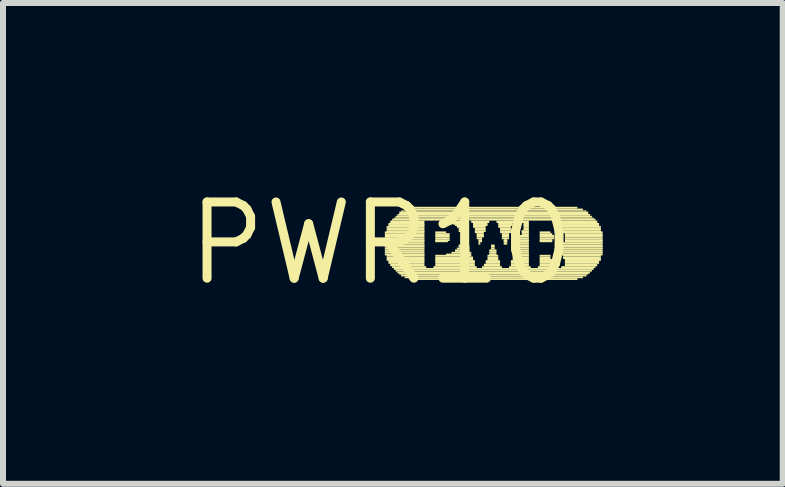
<source format=kicad_pcb>
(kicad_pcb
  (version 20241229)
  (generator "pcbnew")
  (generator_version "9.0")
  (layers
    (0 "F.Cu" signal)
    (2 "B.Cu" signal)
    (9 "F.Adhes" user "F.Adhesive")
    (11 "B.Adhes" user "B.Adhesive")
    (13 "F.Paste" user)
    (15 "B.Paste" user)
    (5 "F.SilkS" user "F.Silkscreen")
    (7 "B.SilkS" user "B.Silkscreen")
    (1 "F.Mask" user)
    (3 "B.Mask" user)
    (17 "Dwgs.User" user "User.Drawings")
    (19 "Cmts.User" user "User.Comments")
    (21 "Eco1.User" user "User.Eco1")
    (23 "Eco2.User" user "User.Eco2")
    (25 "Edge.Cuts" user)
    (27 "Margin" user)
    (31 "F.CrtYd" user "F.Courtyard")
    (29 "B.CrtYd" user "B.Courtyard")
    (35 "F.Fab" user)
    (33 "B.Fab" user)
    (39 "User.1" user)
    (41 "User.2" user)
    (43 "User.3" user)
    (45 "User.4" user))
  (footprint "PWR10"
    (layer "F.Cu")
    (at 3.303 1.006)
    (property "Reference" "PWR10" (at 0 0 0) (layer "F.SilkS") (effects (font (size 1.27 1.27) (thickness 0.15))))
    (attr through_hole)
    (fp_poly (pts (xy 0.06 -0.17) (xy 0.72 -0.17) (xy 0.72 -0.2) (xy 0.06 -0.2)) (stroke (width 0) (type solid)) (fill yes) (layer "F.SilkS"))
    (fp_poly (pts (xy 0.06 -0.14) (xy 0.72 -0.14) (xy 0.72 -0.17) (xy 0.06 -0.17)) (stroke (width 0) (type solid)) (fill yes) (layer "F.SilkS"))
    (fp_poly (pts (xy 0.06 -0.1) (xy 0.72 -0.1) (xy 0.72 -0.14) (xy 0.06 -0.14)) (stroke (width 0) (type solid)) (fill yes) (layer "F.SilkS"))
    (fp_poly (pts (xy 0.06 -0.07) (xy 0.72 -0.07) (xy 0.72 -0.1) (xy 0.06 -0.1)) (stroke (width 0) (type solid)) (fill yes) (layer "F.SilkS"))
    (fp_poly (pts (xy 0.06 -0.04) (xy 0.72 -0.04) (xy 0.72 -0.07) (xy 0.06 -0.07)) (stroke (width 0) (type solid)) (fill yes) (layer "F.SilkS"))
    (fp_poly (pts (xy 0.06 -0.02) (xy 0.72 -0.02) (xy 0.72 -0.05) (xy 0.06 -0.05)) (stroke (width 0) (type solid)) (fill yes) (layer "F.SilkS"))
    (fp_poly (pts (xy 0.06 0.02) (xy 0.72 0.02) (xy 0.72 -0.02) (xy 0.06 -0.02)) (stroke (width 0) (type solid)) (fill yes) (layer "F.SilkS"))
    (fp_poly (pts (xy 0.06 0.05) (xy 0.72 0.05) (xy 0.72 0.02) (xy 0.06 0.02)) (stroke (width 0) (type solid)) (fill yes) (layer "F.SilkS"))
    (fp_poly (pts (xy 0.06 0.07) (xy 0.72 0.07) (xy 0.72 0.04) (xy 0.06 0.04)) (stroke (width 0) (type solid)) (fill yes) (layer "F.SilkS"))
    (fp_poly (pts (xy 0.06 0.1) (xy 0.72 0.1) (xy 0.72 0.07) (xy 0.06 0.07)) (stroke (width 0) (type solid)) (fill yes) (layer "F.SilkS"))
    (fp_poly (pts (xy 0.06 0.14) (xy 0.72 0.14) (xy 0.72 0.1) (xy 0.06 0.1)) (stroke (width 0) (type solid)) (fill yes) (layer "F.SilkS"))
    (fp_poly (pts (xy 0.06 0.17) (xy 0.72 0.17) (xy 0.72 0.14) (xy 0.06 0.14)) (stroke (width 0) (type solid)) (fill yes) (layer "F.SilkS"))
    (fp_poly (pts (xy 0.06 0.2) (xy 0.72 0.2) (xy 0.72 0.17) (xy 0.06 0.17)) (stroke (width 0) (type solid)) (fill yes) (layer "F.SilkS"))
    (fp_poly (pts (xy 0.09 -0.26) (xy 0.72 -0.26) (xy 0.72 -0.29) (xy 0.09 -0.29)) (stroke (width 0) (type solid)) (fill yes) (layer "F.SilkS"))
    (fp_poly (pts (xy 0.09 -0.22) (xy 0.72 -0.22) (xy 0.72 -0.26) (xy 0.09 -0.26)) (stroke (width 0) (type solid)) (fill yes) (layer "F.SilkS"))
    (fp_poly (pts (xy 0.09 -0.19) (xy 0.72 -0.19) (xy 0.72 -0.22) (xy 0.09 -0.22)) (stroke (width 0) (type solid)) (fill yes) (layer "F.SilkS"))
    (fp_poly (pts (xy 0.09 0.22) (xy 0.72 0.22) (xy 0.72 0.19) (xy 0.09 0.19)) (stroke (width 0) (type solid)) (fill yes) (layer "F.SilkS"))
    (fp_poly (pts (xy 0.09 0.26) (xy 0.72 0.26) (xy 0.72 0.22) (xy 0.09 0.22)) (stroke (width 0) (type solid)) (fill yes) (layer "F.SilkS"))
    (fp_poly (pts (xy 0.09 0.29) (xy 0.72 0.29) (xy 0.72 0.26) (xy 0.09 0.26)) (stroke (width 0) (type solid)) (fill yes) (layer "F.SilkS"))
    (fp_poly (pts (xy 0.12 -0.31) (xy 0.72 -0.31) (xy 0.72 -0.34) (xy 0.12 -0.34)) (stroke (width 0) (type solid)) (fill yes) (layer "F.SilkS"))
    (fp_poly (pts (xy 0.12 -0.29) (xy 0.72 -0.29) (xy 0.72 -0.32) (xy 0.12 -0.32)) (stroke (width 0) (type solid)) (fill yes) (layer "F.SilkS"))
    (fp_poly (pts (xy 0.12 0.31) (xy 0.72 0.31) (xy 0.72 0.28) (xy 0.12 0.28)) (stroke (width 0) (type solid)) (fill yes) (layer "F.SilkS"))
    (fp_poly (pts (xy 0.12 0.34) (xy 0.72 0.34) (xy 0.72 0.31) (xy 0.12 0.31)) (stroke (width 0) (type solid)) (fill yes) (layer "F.SilkS"))
    (fp_poly (pts (xy 0.15 -0.34) (xy 0.72 -0.34) (xy 0.72 -0.38) (xy 0.15 -0.38)) (stroke (width 0) (type solid)) (fill yes) (layer "F.SilkS"))
    (fp_poly (pts (xy 0.15 0.38) (xy 0.72 0.38) (xy 0.72 0.34) (xy 0.15 0.34)) (stroke (width 0) (type solid)) (fill yes) (layer "F.SilkS"))
    (fp_poly (pts (xy 0.18 -0.38) (xy 1.44 -0.38) (xy 1.44 -0.41) (xy 0.18 -0.41)) (stroke (width 0) (type solid)) (fill yes) (layer "F.SilkS"))
    (fp_poly (pts (xy 0.18 0.41) (xy 0.75 0.41) (xy 0.75 0.38) (xy 0.18 0.38)) (stroke (width 0) (type solid)) (fill yes) (layer "F.SilkS"))
    (fp_poly (pts (xy 0.21 -0.41) (xy 3.54 -0.41) (xy 3.54 -0.43) (xy 0.21 -0.43)) (stroke (width 0) (type solid)) (fill yes) (layer "F.SilkS"))
    (fp_poly (pts (xy 0.21 0.44) (xy 3.54 0.44) (xy 3.54 0.41) (xy 0.21 0.41)) (stroke (width 0) (type solid)) (fill yes) (layer "F.SilkS"))
    (fp_poly (pts (xy 0.24 -0.43) (xy 3.51 -0.43) (xy 3.51 -0.46) (xy 0.24 -0.46)) (stroke (width 0) (type solid)) (fill yes) (layer "F.SilkS"))
    (fp_poly (pts (xy 0.24 0.47) (xy 3.51 0.47) (xy 3.51 0.44) (xy 0.24 0.44)) (stroke (width 0) (type solid)) (fill yes) (layer "F.SilkS"))
    (fp_poly (pts (xy 0.27 -0.46) (xy 3.48 -0.46) (xy 3.48 -0.49) (xy 0.27 -0.49)) (stroke (width 0) (type solid)) (fill yes) (layer "F.SilkS"))
    (fp_poly (pts (xy 0.27 0.5) (xy 3.48 0.5) (xy 3.48 0.47) (xy 0.27 0.47)) (stroke (width 0) (type solid)) (fill yes) (layer "F.SilkS"))
    (fp_poly (pts (xy 0.3 -0.49) (xy 3.45 -0.49) (xy 3.45 -0.53) (xy 0.3 -0.53)) (stroke (width 0) (type solid)) (fill yes) (layer "F.SilkS"))
    (fp_poly (pts (xy 0.3 0.52) (xy 3.45 0.52) (xy 3.45 0.49) (xy 0.3 0.49)) (stroke (width 0) (type solid)) (fill yes) (layer "F.SilkS"))
    (fp_poly (pts (xy 0.33 -0.53) (xy 3.42 -0.53) (xy 3.42 -0.55) (xy 0.33 -0.55)) (stroke (width 0) (type solid)) (fill yes) (layer "F.SilkS"))
    (fp_poly (pts (xy 0.33 0.55) (xy 3.42 0.55) (xy 3.42 0.52) (xy 0.33 0.52)) (stroke (width 0) (type solid)) (fill yes) (layer "F.SilkS"))
    (fp_poly (pts (xy 0.39 -0.55) (xy 3.36 -0.55) (xy 3.36 -0.58) (xy 0.39 -0.58)) (stroke (width 0) (type solid)) (fill yes) (layer "F.SilkS"))
    (fp_poly (pts (xy 0.39 0.58) (xy 3.36 0.58) (xy 3.36 0.55) (xy 0.39 0.55)) (stroke (width 0) (type solid)) (fill yes) (layer "F.SilkS"))
    (fp_poly (pts (xy 0.48 -0.58) (xy 3.27 -0.58) (xy 3.27 -0.61) (xy 0.48 -0.61)) (stroke (width 0) (type solid)) (fill yes) (layer "F.SilkS"))
    (fp_poly (pts (xy 0.48 0.61) (xy 3.27 0.61) (xy 3.27 0.58) (xy 0.48 0.58)) (stroke (width 0) (type solid)) (fill yes) (layer "F.SilkS"))
    (fp_poly (pts (xy 0.87 0.41) (xy 1.59 0.41) (xy 1.59 0.38) (xy 0.87 0.38)) (stroke (width 0) (type solid)) (fill yes) (layer "F.SilkS"))
    (fp_poly (pts (xy 0.9 -0.17) (xy 1.08 -0.17) (xy 1.08 -0.2) (xy 0.9 -0.2)) (stroke (width 0) (type solid)) (fill yes) (layer "F.SilkS"))
    (fp_poly (pts (xy 0.9 -0.14) (xy 1.14 -0.14) (xy 1.14 -0.17) (xy 0.9 -0.17)) (stroke (width 0) (type solid)) (fill yes) (layer "F.SilkS"))
    (fp_poly (pts (xy 0.9 -0.1) (xy 1.14 -0.1) (xy 1.14 -0.14) (xy 0.9 -0.14)) (stroke (width 0) (type solid)) (fill yes) (layer "F.SilkS"))
    (fp_poly (pts (xy 0.9 -0.07) (xy 1.14 -0.07) (xy 1.14 -0.1) (xy 0.9 -0.1)) (stroke (width 0) (type solid)) (fill yes) (layer "F.SilkS"))
    (fp_poly (pts (xy 0.9 -0.04) (xy 1.14 -0.04) (xy 1.14 -0.07) (xy 0.9 -0.07)) (stroke (width 0) (type solid)) (fill yes) (layer "F.SilkS"))
    (fp_poly (pts (xy 0.9 -0.02) (xy 1.11 -0.02) (xy 1.11 -0.05) (xy 0.9 -0.05)) (stroke (width 0) (type solid)) (fill yes) (layer "F.SilkS"))
    (fp_poly (pts (xy 0.9 0.22) (xy 1.5 0.22) (xy 1.5 0.19) (xy 0.9 0.19)) (stroke (width 0) (type solid)) (fill yes) (layer "F.SilkS"))
    (fp_poly (pts (xy 0.9 0.26) (xy 1.53 0.26) (xy 1.53 0.22) (xy 0.9 0.22)) (stroke (width 0) (type solid)) (fill yes) (layer "F.SilkS"))
    (fp_poly (pts (xy 0.9 0.29) (xy 1.53 0.29) (xy 1.53 0.26) (xy 0.9 0.26)) (stroke (width 0) (type solid)) (fill yes) (layer "F.SilkS"))
    (fp_poly (pts (xy 0.9 0.31) (xy 1.56 0.31) (xy 1.56 0.28) (xy 0.9 0.28)) (stroke (width 0) (type solid)) (fill yes) (layer "F.SilkS"))
    (fp_poly (pts (xy 0.9 0.34) (xy 1.56 0.34) (xy 1.56 0.31) (xy 0.9 0.31)) (stroke (width 0) (type solid)) (fill yes) (layer "F.SilkS"))
    (fp_poly (pts (xy 0.9 0.38) (xy 1.56 0.38) (xy 1.56 0.34) (xy 0.9 0.34)) (stroke (width 0) (type solid)) (fill yes) (layer "F.SilkS"))
    (fp_poly (pts (xy 1.08 0.2) (xy 1.5 0.2) (xy 1.5 0.17) (xy 1.08 0.17)) (stroke (width 0) (type solid)) (fill yes) (layer "F.SilkS"))
    (fp_poly (pts (xy 1.14 -0.34) (xy 1.38 -0.34) (xy 1.38 -0.38) (xy 1.14 -0.38)) (stroke (width 0) (type solid)) (fill yes) (layer "F.SilkS"))
    (fp_poly (pts (xy 1.17 0.17) (xy 1.5 0.17) (xy 1.5 0.14) (xy 1.17 0.14)) (stroke (width 0) (type solid)) (fill yes) (layer "F.SilkS"))
    (fp_poly (pts (xy 1.2 -0.31) (xy 1.35 -0.31) (xy 1.35 -0.34) (xy 1.2 -0.34)) (stroke (width 0) (type solid)) (fill yes) (layer "F.SilkS"))
    (fp_poly (pts (xy 1.23 -0.29) (xy 1.35 -0.29) (xy 1.35 -0.32) (xy 1.23 -0.32)) (stroke (width 0) (type solid)) (fill yes) (layer "F.SilkS"))
    (fp_poly (pts (xy 1.23 0.14) (xy 1.47 0.14) (xy 1.47 0.1) (xy 1.23 0.1)) (stroke (width 0) (type solid)) (fill yes) (layer "F.SilkS"))
    (fp_poly (pts (xy 1.26 -0.26) (xy 1.35 -0.26) (xy 1.35 -0.29) (xy 1.26 -0.29)) (stroke (width 0) (type solid)) (fill yes) (layer "F.SilkS"))
    (fp_poly (pts (xy 1.26 0.1) (xy 1.47 0.1) (xy 1.47 0.07) (xy 1.26 0.07)) (stroke (width 0) (type solid)) (fill yes) (layer "F.SilkS"))
    (fp_poly (pts (xy 1.29 -0.22) (xy 1.35 -0.22) (xy 1.35 -0.26) (xy 1.29 -0.26)) (stroke (width 0) (type solid)) (fill yes) (layer "F.SilkS"))
    (fp_poly (pts (xy 1.29 -0.19) (xy 1.38 -0.19) (xy 1.38 -0.22) (xy 1.29 -0.22)) (stroke (width 0) (type solid)) (fill yes) (layer "F.SilkS"))
    (fp_poly (pts (xy 1.29 0.05) (xy 1.44 0.05) (xy 1.44 0.02) (xy 1.29 0.02)) (stroke (width 0) (type solid)) (fill yes) (layer "F.SilkS"))
    (fp_poly (pts (xy 1.29 0.07) (xy 1.47 0.07) (xy 1.47 0.04) (xy 1.29 0.04)) (stroke (width 0) (type solid)) (fill yes) (layer "F.SilkS"))
    (fp_poly (pts (xy 1.32 -0.17) (xy 1.38 -0.17) (xy 1.38 -0.2) (xy 1.32 -0.2)) (stroke (width 0) (type solid)) (fill yes) (layer "F.SilkS"))
    (fp_poly (pts (xy 1.32 -0.14) (xy 1.38 -0.14) (xy 1.38 -0.17) (xy 1.32 -0.17)) (stroke (width 0) (type solid)) (fill yes) (layer "F.SilkS"))
    (fp_poly (pts (xy 1.32 -0.1) (xy 1.41 -0.1) (xy 1.41 -0.14) (xy 1.32 -0.14)) (stroke (width 0) (type solid)) (fill yes) (layer "F.SilkS"))
    (fp_poly (pts (xy 1.32 -0.07) (xy 1.41 -0.07) (xy 1.41 -0.1) (xy 1.32 -0.1)) (stroke (width 0) (type solid)) (fill yes) (layer "F.SilkS"))
    (fp_poly (pts (xy 1.32 -0.04) (xy 1.41 -0.04) (xy 1.41 -0.07) (xy 1.32 -0.07)) (stroke (width 0) (type solid)) (fill yes) (layer "F.SilkS"))
    (fp_poly (pts (xy 1.32 -0.02) (xy 1.44 -0.02) (xy 1.44 -0.05) (xy 1.32 -0.05)) (stroke (width 0) (type solid)) (fill yes) (layer "F.SilkS"))
    (fp_poly (pts (xy 1.32 0.02) (xy 1.44 0.02) (xy 1.44 -0.02) (xy 1.32 -0.02)) (stroke (width 0) (type solid)) (fill yes) (layer "F.SilkS"))
    (fp_poly (pts (xy 1.47 -0.38) (xy 2.25 -0.38) (xy 2.25 -0.41) (xy 1.47 -0.41)) (stroke (width 0) (type solid)) (fill yes) (layer "F.SilkS"))
    (fp_poly (pts (xy 1.5 -0.34) (xy 1.8 -0.34) (xy 1.8 -0.38) (xy 1.5 -0.38)) (stroke (width 0) (type solid)) (fill yes) (layer "F.SilkS"))
    (fp_poly (pts (xy 1.53 -0.31) (xy 1.77 -0.31) (xy 1.77 -0.34) (xy 1.53 -0.34)) (stroke (width 0) (type solid)) (fill yes) (layer "F.SilkS"))
    (fp_poly (pts (xy 1.53 -0.29) (xy 1.77 -0.29) (xy 1.77 -0.32) (xy 1.53 -0.32)) (stroke (width 0) (type solid)) (fill yes) (layer "F.SilkS"))
    (fp_poly (pts (xy 1.53 -0.26) (xy 1.74 -0.26) (xy 1.74 -0.29) (xy 1.53 -0.29)) (stroke (width 0) (type solid)) (fill yes) (layer "F.SilkS"))
    (fp_poly (pts (xy 1.56 -0.22) (xy 1.74 -0.22) (xy 1.74 -0.26) (xy 1.56 -0.26)) (stroke (width 0) (type solid)) (fill yes) (layer "F.SilkS"))
    (fp_poly (pts (xy 1.56 -0.19) (xy 1.74 -0.19) (xy 1.74 -0.22) (xy 1.56 -0.22)) (stroke (width 0) (type solid)) (fill yes) (layer "F.SilkS"))
    (fp_poly (pts (xy 1.56 -0.17) (xy 1.71 -0.17) (xy 1.71 -0.2) (xy 1.56 -0.2)) (stroke (width 0) (type solid)) (fill yes) (layer "F.SilkS"))
    (fp_poly (pts (xy 1.59 -0.14) (xy 1.71 -0.14) (xy 1.71 -0.17) (xy 1.59 -0.17)) (stroke (width 0) (type solid)) (fill yes) (layer "F.SilkS"))
    (fp_poly (pts (xy 1.59 -0.1) (xy 1.71 -0.1) (xy 1.71 -0.14) (xy 1.59 -0.14)) (stroke (width 0) (type solid)) (fill yes) (layer "F.SilkS"))
    (fp_poly (pts (xy 1.59 -0.07) (xy 1.68 -0.07) (xy 1.68 -0.1) (xy 1.59 -0.1)) (stroke (width 0) (type solid)) (fill yes) (layer "F.SilkS"))
    (fp_poly (pts (xy 1.62 -0.04) (xy 1.68 -0.04) (xy 1.68 -0.07) (xy 1.62 -0.07)) (stroke (width 0) (type solid)) (fill yes) (layer "F.SilkS"))
    (fp_poly (pts (xy 1.62 -0.02) (xy 1.68 -0.02) (xy 1.68 -0.05) (xy 1.62 -0.05)) (stroke (width 0) (type solid)) (fill yes) (layer "F.SilkS"))
    (fp_poly (pts (xy 1.62 0.02) (xy 1.65 0.02) (xy 1.65 -0.02) (xy 1.62 -0.02)) (stroke (width 0) (type solid)) (fill yes) (layer "F.SilkS"))
    (fp_poly (pts (xy 1.68 0.41) (xy 2.01 0.41) (xy 2.01 0.38) (xy 1.68 0.38)) (stroke (width 0) (type solid)) (fill yes) (layer "F.SilkS"))
    (fp_poly (pts (xy 1.71 0.38) (xy 1.98 0.38) (xy 1.98 0.34) (xy 1.71 0.34)) (stroke (width 0) (type solid)) (fill yes) (layer "F.SilkS"))
    (fp_poly (pts (xy 1.74 0.31) (xy 1.98 0.31) (xy 1.98 0.28) (xy 1.74 0.28)) (stroke (width 0) (type solid)) (fill yes) (layer "F.SilkS"))
    (fp_poly (pts (xy 1.74 0.34) (xy 1.98 0.34) (xy 1.98 0.31) (xy 1.74 0.31)) (stroke (width 0) (type solid)) (fill yes) (layer "F.SilkS"))
    (fp_poly (pts (xy 1.77 0.22) (xy 1.95 0.22) (xy 1.95 0.19) (xy 1.77 0.19)) (stroke (width 0) (type solid)) (fill yes) (layer "F.SilkS"))
    (fp_poly (pts (xy 1.77 0.26) (xy 1.95 0.26) (xy 1.95 0.22) (xy 1.77 0.22)) (stroke (width 0) (type solid)) (fill yes) (layer "F.SilkS"))
    (fp_poly (pts (xy 1.77 0.29) (xy 1.95 0.29) (xy 1.95 0.26) (xy 1.77 0.26)) (stroke (width 0) (type solid)) (fill yes) (layer "F.SilkS"))
    (fp_poly (pts (xy 1.8 0.14) (xy 1.92 0.14) (xy 1.92 0.1) (xy 1.8 0.1)) (stroke (width 0) (type solid)) (fill yes) (layer "F.SilkS"))
    (fp_poly (pts (xy 1.8 0.17) (xy 1.92 0.17) (xy 1.92 0.14) (xy 1.8 0.14)) (stroke (width 0) (type solid)) (fill yes) (layer "F.SilkS"))
    (fp_poly (pts (xy 1.8 0.2) (xy 1.92 0.2) (xy 1.92 0.17) (xy 1.8 0.17)) (stroke (width 0) (type solid)) (fill yes) (layer "F.SilkS"))
    (fp_poly (pts (xy 1.83 0.05) (xy 1.89 0.05) (xy 1.89 0.02) (xy 1.83 0.02)) (stroke (width 0) (type solid)) (fill yes) (layer "F.SilkS"))
    (fp_poly (pts (xy 1.83 0.07) (xy 1.89 0.07) (xy 1.89 0.04) (xy 1.83 0.04)) (stroke (width 0) (type solid)) (fill yes) (layer "F.SilkS"))
    (fp_poly (pts (xy 1.83 0.1) (xy 1.89 0.1) (xy 1.89 0.07) (xy 1.83 0.07)) (stroke (width 0) (type solid)) (fill yes) (layer "F.SilkS"))
    (fp_poly (pts (xy 1.92 -0.34) (xy 2.22 -0.34) (xy 2.22 -0.38) (xy 1.92 -0.38)) (stroke (width 0) (type solid)) (fill yes) (layer "F.SilkS"))
    (fp_poly (pts (xy 1.95 -0.31) (xy 2.19 -0.31) (xy 2.19 -0.34) (xy 1.95 -0.34)) (stroke (width 0) (type solid)) (fill yes) (layer "F.SilkS"))
    (fp_poly (pts (xy 1.95 -0.29) (xy 2.19 -0.29) (xy 2.19 -0.32) (xy 1.95 -0.32)) (stroke (width 0) (type solid)) (fill yes) (layer "F.SilkS"))
    (fp_poly (pts (xy 1.95 -0.26) (xy 2.16 -0.26) (xy 2.16 -0.29) (xy 1.95 -0.29)) (stroke (width 0) (type solid)) (fill yes) (layer "F.SilkS"))
    (fp_poly (pts (xy 1.98 -0.22) (xy 2.16 -0.22) (xy 2.16 -0.26) (xy 1.98 -0.26)) (stroke (width 0) (type solid)) (fill yes) (layer "F.SilkS"))
    (fp_poly (pts (xy 1.98 -0.19) (xy 2.16 -0.19) (xy 2.16 -0.22) (xy 1.98 -0.22)) (stroke (width 0) (type solid)) (fill yes) (layer "F.SilkS"))
    (fp_poly (pts (xy 1.98 -0.17) (xy 2.16 -0.17) (xy 2.16 -0.2) (xy 1.98 -0.2)) (stroke (width 0) (type solid)) (fill yes) (layer "F.SilkS"))
    (fp_poly (pts (xy 2.01 -0.14) (xy 2.13 -0.14) (xy 2.13 -0.17) (xy 2.01 -0.17)) (stroke (width 0) (type solid)) (fill yes) (layer "F.SilkS"))
    (fp_poly (pts (xy 2.01 -0.1) (xy 2.13 -0.1) (xy 2.13 -0.14) (xy 2.01 -0.14)) (stroke (width 0) (type solid)) (fill yes) (layer "F.SilkS"))
    (fp_poly (pts (xy 2.01 -0.07) (xy 2.13 -0.07) (xy 2.13 -0.1) (xy 2.01 -0.1)) (stroke (width 0) (type solid)) (fill yes) (layer "F.SilkS"))
    (fp_poly (pts (xy 2.04 -0.04) (xy 2.1 -0.04) (xy 2.1 -0.07) (xy 2.04 -0.07)) (stroke (width 0) (type solid)) (fill yes) (layer "F.SilkS"))
    (fp_poly (pts (xy 2.04 -0.02) (xy 2.1 -0.02) (xy 2.1 -0.05) (xy 2.04 -0.05)) (stroke (width 0) (type solid)) (fill yes) (layer "F.SilkS"))
    (fp_poly (pts (xy 2.04 0.02) (xy 2.1 0.02) (xy 2.1 -0.02) (xy 2.04 -0.02)) (stroke (width 0) (type solid)) (fill yes) (layer "F.SilkS"))
    (fp_poly (pts (xy 2.13 0.41) (xy 2.49 0.41) (xy 2.49 0.38) (xy 2.13 0.38)) (stroke (width 0) (type solid)) (fill yes) (layer "F.SilkS"))
    (fp_poly (pts (xy 2.16 0.31) (xy 2.46 0.31) (xy 2.46 0.28) (xy 2.16 0.28)) (stroke (width 0) (type solid)) (fill yes) (layer "F.SilkS"))
    (fp_poly (pts (xy 2.16 0.34) (xy 2.46 0.34) (xy 2.46 0.31) (xy 2.16 0.31)) (stroke (width 0) (type solid)) (fill yes) (layer "F.SilkS"))
    (fp_poly (pts (xy 2.16 0.38) (xy 2.46 0.38) (xy 2.46 0.34) (xy 2.16 0.34)) (stroke (width 0) (type solid)) (fill yes) (layer "F.SilkS"))
    (fp_poly (pts (xy 2.19 0.22) (xy 2.46 0.22) (xy 2.46 0.19) (xy 2.19 0.19)) (stroke (width 0) (type solid)) (fill yes) (layer "F.SilkS"))
    (fp_poly (pts (xy 2.19 0.26) (xy 2.46 0.26) (xy 2.46 0.22) (xy 2.19 0.22)) (stroke (width 0) (type solid)) (fill yes) (layer "F.SilkS"))
    (fp_poly (pts (xy 2.19 0.29) (xy 2.46 0.29) (xy 2.46 0.26) (xy 2.19 0.26)) (stroke (width 0) (type solid)) (fill yes) (layer "F.SilkS"))
    (fp_poly (pts (xy 2.22 0.17) (xy 2.46 0.17) (xy 2.46 0.14) (xy 2.22 0.14)) (stroke (width 0) (type solid)) (fill yes) (layer "F.SilkS"))
    (fp_poly (pts (xy 2.22 0.2) (xy 2.46 0.2) (xy 2.46 0.17) (xy 2.22 0.17)) (stroke (width 0) (type solid)) (fill yes) (layer "F.SilkS"))
    (fp_poly (pts (xy 2.25 0.07) (xy 2.46 0.07) (xy 2.46 0.04) (xy 2.25 0.04)) (stroke (width 0) (type solid)) (fill yes) (layer "F.SilkS"))
    (fp_poly (pts (xy 2.25 0.1) (xy 2.46 0.1) (xy 2.46 0.07) (xy 2.25 0.07)) (stroke (width 0) (type solid)) (fill yes) (layer "F.SilkS"))
    (fp_poly (pts (xy 2.25 0.14) (xy 2.46 0.14) (xy 2.46 0.1) (xy 2.25 0.1)) (stroke (width 0) (type solid)) (fill yes) (layer "F.SilkS"))
    (fp_poly (pts (xy 2.28 -0.38) (xy 3.57 -0.38) (xy 3.57 -0.41) (xy 2.28 -0.41)) (stroke (width 0) (type solid)) (fill yes) (layer "F.SilkS"))
    (fp_poly (pts (xy 2.28 -0.02) (xy 2.46 -0.02) (xy 2.46 -0.05) (xy 2.28 -0.05)) (stroke (width 0) (type solid)) (fill yes) (layer "F.SilkS"))
    (fp_poly (pts (xy 2.28 0.02) (xy 2.46 0.02) (xy 2.46 -0.02) (xy 2.28 -0.02)) (stroke (width 0) (type solid)) (fill yes) (layer "F.SilkS"))
    (fp_poly (pts (xy 2.28 0.05) (xy 2.46 0.05) (xy 2.46 0.02) (xy 2.28 0.02)) (stroke (width 0) (type solid)) (fill yes) (layer "F.SilkS"))
    (fp_poly (pts (xy 2.31 -0.1) (xy 2.46 -0.1) (xy 2.46 -0.14) (xy 2.31 -0.14)) (stroke (width 0) (type solid)) (fill yes) (layer "F.SilkS"))
    (fp_poly (pts (xy 2.31 -0.07) (xy 2.46 -0.07) (xy 2.46 -0.1) (xy 2.31 -0.1)) (stroke (width 0) (type solid)) (fill yes) (layer "F.SilkS"))
    (fp_poly (pts (xy 2.31 -0.04) (xy 2.46 -0.04) (xy 2.46 -0.07) (xy 2.31 -0.07)) (stroke (width 0) (type solid)) (fill yes) (layer "F.SilkS"))
    (fp_poly (pts (xy 2.34 -0.34) (xy 2.46 -0.34) (xy 2.46 -0.38) (xy 2.34 -0.38)) (stroke (width 0) (type solid)) (fill yes) (layer "F.SilkS"))
    (fp_poly (pts (xy 2.34 -0.19) (xy 2.46 -0.19) (xy 2.46 -0.22) (xy 2.34 -0.22)) (stroke (width 0) (type solid)) (fill yes) (layer "F.SilkS"))
    (fp_poly (pts (xy 2.34 -0.17) (xy 2.46 -0.17) (xy 2.46 -0.2) (xy 2.34 -0.2)) (stroke (width 0) (type solid)) (fill yes) (layer "F.SilkS"))
    (fp_poly (pts (xy 2.34 -0.14) (xy 2.46 -0.14) (xy 2.46 -0.17) (xy 2.34 -0.17)) (stroke (width 0) (type solid)) (fill yes) (layer "F.SilkS"))
    (fp_poly (pts (xy 2.37 -0.31) (xy 2.46 -0.31) (xy 2.46 -0.34) (xy 2.37 -0.34)) (stroke (width 0) (type solid)) (fill yes) (layer "F.SilkS"))
    (fp_poly (pts (xy 2.37 -0.29) (xy 2.46 -0.29) (xy 2.46 -0.32) (xy 2.37 -0.32)) (stroke (width 0) (type solid)) (fill yes) (layer "F.SilkS"))
    (fp_poly (pts (xy 2.37 -0.26) (xy 2.46 -0.26) (xy 2.46 -0.29) (xy 2.37 -0.29)) (stroke (width 0) (type solid)) (fill yes) (layer "F.SilkS"))
    (fp_poly (pts (xy 2.37 -0.22) (xy 2.46 -0.22) (xy 2.46 -0.26) (xy 2.37 -0.26)) (stroke (width 0) (type solid)) (fill yes) (layer "F.SilkS"))
    (fp_poly (pts (xy 2.61 0.41) (xy 2.91 0.41) (xy 2.91 0.38) (xy 2.61 0.38)) (stroke (width 0) (type solid)) (fill yes) (layer "F.SilkS"))
    (fp_poly (pts (xy 2.64 -0.17) (xy 2.82 -0.17) (xy 2.82 -0.2) (xy 2.64 -0.2)) (stroke (width 0) (type solid)) (fill yes) (layer "F.SilkS"))
    (fp_poly (pts (xy 2.64 -0.14) (xy 2.85 -0.14) (xy 2.85 -0.17) (xy 2.64 -0.17)) (stroke (width 0) (type solid)) (fill yes) (layer "F.SilkS"))
    (fp_poly (pts (xy 2.64 -0.1) (xy 2.88 -0.1) (xy 2.88 -0.14) (xy 2.64 -0.14)) (stroke (width 0) (type solid)) (fill yes) (layer "F.SilkS"))
    (fp_poly (pts (xy 2.64 -0.07) (xy 2.88 -0.07) (xy 2.88 -0.1) (xy 2.64 -0.1)) (stroke (width 0) (type solid)) (fill yes) (layer "F.SilkS"))
    (fp_poly (pts (xy 2.64 -0.04) (xy 2.85 -0.04) (xy 2.85 -0.07) (xy 2.64 -0.07)) (stroke (width 0) (type solid)) (fill yes) (layer "F.SilkS"))
    (fp_poly (pts (xy 2.64 -0.02) (xy 2.85 -0.02) (xy 2.85 -0.05) (xy 2.64 -0.05)) (stroke (width 0) (type solid)) (fill yes) (layer "F.SilkS"))
    (fp_poly (pts (xy 2.64 0.22) (xy 2.82 0.22) (xy 2.82 0.19) (xy 2.64 0.19)) (stroke (width 0) (type solid)) (fill yes) (layer "F.SilkS"))
    (fp_poly (pts (xy 2.64 0.26) (xy 2.82 0.26) (xy 2.82 0.22) (xy 2.64 0.22)) (stroke (width 0) (type solid)) (fill yes) (layer "F.SilkS"))
    (fp_poly (pts (xy 2.64 0.29) (xy 2.85 0.29) (xy 2.85 0.26) (xy 2.64 0.26)) (stroke (width 0) (type solid)) (fill yes) (layer "F.SilkS"))
    (fp_poly (pts (xy 2.64 0.31) (xy 2.85 0.31) (xy 2.85 0.28) (xy 2.64 0.28)) (stroke (width 0) (type solid)) (fill yes) (layer "F.SilkS"))
    (fp_poly (pts (xy 2.64 0.34) (xy 2.88 0.34) (xy 2.88 0.31) (xy 2.64 0.31)) (stroke (width 0) (type solid)) (fill yes) (layer "F.SilkS"))
    (fp_poly (pts (xy 2.64 0.38) (xy 2.88 0.38) (xy 2.88 0.34) (xy 2.64 0.34)) (stroke (width 0) (type solid)) (fill yes) (layer "F.SilkS"))
    (fp_poly (pts (xy 2.88 -0.34) (xy 3.6 -0.34) (xy 3.6 -0.38) (xy 2.88 -0.38)) (stroke (width 0) (type solid)) (fill yes) (layer "F.SilkS"))
    (fp_poly (pts (xy 2.94 -0.31) (xy 3.63 -0.31) (xy 3.63 -0.34) (xy 2.94 -0.34)) (stroke (width 0) (type solid)) (fill yes) (layer "F.SilkS"))
    (fp_poly (pts (xy 2.97 -0.29) (xy 3.63 -0.29) (xy 3.63 -0.32) (xy 2.97 -0.32)) (stroke (width 0) (type solid)) (fill yes) (layer "F.SilkS"))
    (fp_poly (pts (xy 2.97 0.1) (xy 3.69 0.1) (xy 3.69 0.07) (xy 2.97 0.07)) (stroke (width 0) (type solid)) (fill yes) (layer "F.SilkS"))
    (fp_poly (pts (xy 2.97 0.14) (xy 3.69 0.14) (xy 3.69 0.1) (xy 2.97 0.1)) (stroke (width 0) (type solid)) (fill yes) (layer "F.SilkS"))
    (fp_poly (pts (xy 3 -0.26) (xy 3.66 -0.26) (xy 3.66 -0.29) (xy 3 -0.29)) (stroke (width 0) (type solid)) (fill yes) (layer "F.SilkS"))
    (fp_poly (pts (xy 3 0.07) (xy 3.69 0.07) (xy 3.69 0.04) (xy 3 0.04)) (stroke (width 0) (type solid)) (fill yes) (layer "F.SilkS"))
    (fp_poly (pts (xy 3 0.17) (xy 3.69 0.17) (xy 3.69 0.14) (xy 3 0.14)) (stroke (width 0) (type solid)) (fill yes) (layer "F.SilkS"))
    (fp_poly (pts (xy 3 0.2) (xy 3.69 0.2) (xy 3.69 0.17) (xy 3 0.17)) (stroke (width 0) (type solid)) (fill yes) (layer "F.SilkS"))
    (fp_poly (pts (xy 3 0.41) (xy 3.57 0.41) (xy 3.57 0.38) (xy 3 0.38)) (stroke (width 0) (type solid)) (fill yes) (layer "F.SilkS"))
    (fp_poly (pts (xy 3.03 -0.22) (xy 3.66 -0.22) (xy 3.66 -0.26) (xy 3.03 -0.26)) (stroke (width 0) (type solid)) (fill yes) (layer "F.SilkS"))
    (fp_poly (pts (xy 3.03 -0.19) (xy 3.66 -0.19) (xy 3.66 -0.22) (xy 3.03 -0.22)) (stroke (width 0) (type solid)) (fill yes) (layer "F.SilkS"))
    (fp_poly (pts (xy 3.03 -0.17) (xy 3.69 -0.17) (xy 3.69 -0.2) (xy 3.03 -0.2)) (stroke (width 0) (type solid)) (fill yes) (layer "F.SilkS"))
    (fp_poly (pts (xy 3.03 0.02) (xy 3.69 0.02) (xy 3.69 -0.02) (xy 3.03 -0.02)) (stroke (width 0) (type solid)) (fill yes) (layer "F.SilkS"))
    (fp_poly (pts (xy 3.03 0.05) (xy 3.69 0.05) (xy 3.69 0.02) (xy 3.03 0.02)) (stroke (width 0) (type solid)) (fill yes) (layer "F.SilkS"))
    (fp_poly (pts (xy 3.03 0.22) (xy 3.66 0.22) (xy 3.66 0.19) (xy 3.03 0.19)) (stroke (width 0) (type solid)) (fill yes) (layer "F.SilkS"))
    (fp_poly (pts (xy 3.03 0.26) (xy 3.66 0.26) (xy 3.66 0.22) (xy 3.03 0.22)) (stroke (width 0) (type solid)) (fill yes) (layer "F.SilkS"))
    (fp_poly (pts (xy 3.06 -0.14) (xy 3.69 -0.14) (xy 3.69 -0.17) (xy 3.06 -0.17)) (stroke (width 0) (type solid)) (fill yes) (layer "F.SilkS"))
    (fp_poly (pts (xy 3.06 -0.1) (xy 3.69 -0.1) (xy 3.69 -0.14) (xy 3.06 -0.14)) (stroke (width 0) (type solid)) (fill yes) (layer "F.SilkS"))
    (fp_poly (pts (xy 3.06 -0.07) (xy 3.69 -0.07) (xy 3.69 -0.1) (xy 3.06 -0.1)) (stroke (width 0) (type solid)) (fill yes) (layer "F.SilkS"))
    (fp_poly (pts (xy 3.06 -0.04) (xy 3.69 -0.04) (xy 3.69 -0.07) (xy 3.06 -0.07)) (stroke (width 0) (type solid)) (fill yes) (layer "F.SilkS"))
    (fp_poly (pts (xy 3.06 -0.02) (xy 3.69 -0.02) (xy 3.69 -0.05) (xy 3.06 -0.05)) (stroke (width 0) (type solid)) (fill yes) (layer "F.SilkS"))
    (fp_poly (pts (xy 3.06 0.29) (xy 3.66 0.29) (xy 3.66 0.26) (xy 3.06 0.26)) (stroke (width 0) (type solid)) (fill yes) (layer "F.SilkS"))
    (fp_poly (pts (xy 3.06 0.31) (xy 3.63 0.31) (xy 3.63 0.28) (xy 3.06 0.28)) (stroke (width 0) (type solid)) (fill yes) (layer "F.SilkS"))
    (fp_poly (pts (xy 3.06 0.34) (xy 3.63 0.34) (xy 3.63 0.31) (xy 3.06 0.31)) (stroke (width 0) (type solid)) (fill yes) (layer "F.SilkS"))
    (fp_poly (pts (xy 3.06 0.38) (xy 3.6 0.38) (xy 3.6 0.34) (xy 3.06 0.34)) (stroke (width 0) (type solid)) (fill yes) (layer "F.SilkS")))
  (gr_rect
    (start -3 -3)
    (end 9.993 5.012)
    (stroke (width 0.1) (type default))
    (fill no)
    (layer "Edge.Cuts")))
</source>
